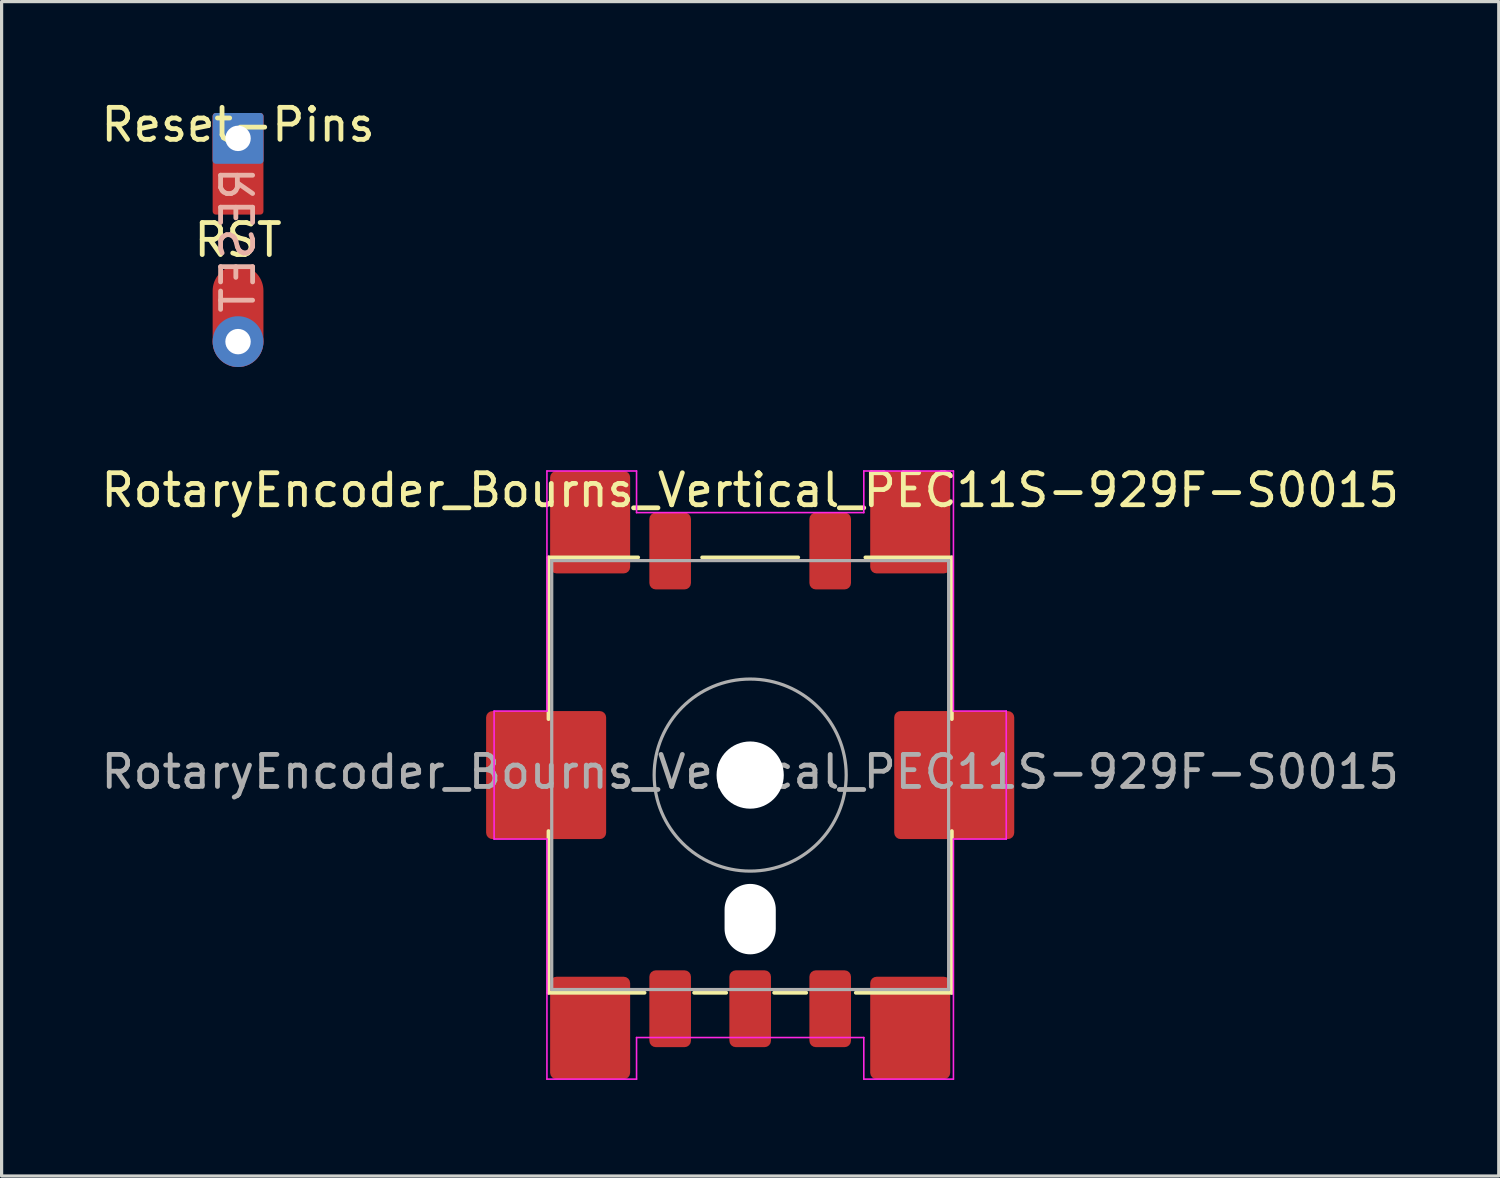
<source format=kicad_pcb>
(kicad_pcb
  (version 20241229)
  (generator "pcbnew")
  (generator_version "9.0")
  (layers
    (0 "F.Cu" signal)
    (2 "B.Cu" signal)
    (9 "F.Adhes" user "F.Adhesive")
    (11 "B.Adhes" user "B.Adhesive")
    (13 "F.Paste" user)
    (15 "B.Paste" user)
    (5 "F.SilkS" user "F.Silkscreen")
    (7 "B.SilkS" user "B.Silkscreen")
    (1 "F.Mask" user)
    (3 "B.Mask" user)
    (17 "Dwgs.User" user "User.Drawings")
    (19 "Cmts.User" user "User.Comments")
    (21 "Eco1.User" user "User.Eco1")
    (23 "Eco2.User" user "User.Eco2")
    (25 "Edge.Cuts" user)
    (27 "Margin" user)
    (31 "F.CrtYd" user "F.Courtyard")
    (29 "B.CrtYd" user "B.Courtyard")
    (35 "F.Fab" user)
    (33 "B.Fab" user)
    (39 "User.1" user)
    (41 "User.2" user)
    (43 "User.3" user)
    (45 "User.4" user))
  (footprint "Reset-Pins"
    (layer "F.Cu")
    (at 4.387 4.448)
    (property "Reference" "Reset-Pins" (at 0 -3.6 0) (layer "F.SilkS") (effects (font (size 1 1) (thickness 0.15))))
    (attr through_hole)
    (fp_text user "RST" (at 0 0 0) (layer "F.SilkS") (effects (font (size 1 1) (thickness 0.15))))
    (fp_text user "RESET" (at 0 0 90) (layer "B.SilkS") (effects (font (size 1 1) (thickness 0.15)) (justify mirror)))
    (pad "1" thru_hole roundrect (at 0 -3.175) (size 1.587 1.587) (drill 0.794) (layers "*.Cu" "*.Mask") (roundrect_rratio 0.063))
    (pad "1" smd roundrect (at 0 -2.381) (size 1.587 3.175) (layers "F.Cu" "F.Mask") (roundrect_rratio 0.063))
    (pad "2" smd oval (at 0 2.381) (size 1.587 3.175) (layers "F.Cu" "F.Mask"))
    (pad "2" thru_hole circle (at 0 3.175) (size 1.587 1.587) (drill 0.794) (layers "*.Cu" "*.Mask")))
  (footprint "RotaryEncoder_Bourns_Vertical_PEC11S-929F-S0015"
    (layer "F.Cu")
    (at 20.387 21.165)
    (property "Reference" "RotaryEncoder_Bourns_Vertical_PEC11S-929F-S0015" (at 0 -8.9 180) (layer "F.SilkS") (effects (font (size 1 1) (thickness 0.15))))
    (attr through_hole)
    (fp_line (start -6.3 -6.8) (end -3.5 -6.8) (stroke (width 0.12) (type solid)) (layer "F.SilkS"))
    (fp_line (start -6.3 -1.75) (end -6.3 -6.8) (stroke (width 0.12) (type solid)) (layer "F.SilkS"))
    (fp_line (start -6.3 6.8) (end -6.3 1.75) (stroke (width 0.12) (type solid)) (layer "F.SilkS"))
    (fp_line (start -3.3 6.8) (end -6.3 6.8) (stroke (width 0.12) (type solid)) (layer "F.SilkS"))
    (fp_line (start -1.75 6.8) (end -0.75 6.8) (stroke (width 0.12) (type solid)) (layer "F.SilkS"))
    (fp_line (start -1.5 -6.8) (end 1.5 -6.8) (stroke (width 0.12) (type solid)) (layer "F.SilkS"))
    (fp_line (start 0.75 6.8) (end 1.75 6.8) (stroke (width 0.12) (type solid)) (layer "F.SilkS"))
    (fp_line (start 3.3 6.8) (end 6.3 6.8) (stroke (width 0.12) (type solid)) (layer "F.SilkS"))
    (fp_line (start 3.6 -6.8) (end 6.3 -6.8) (stroke (width 0.12) (type solid)) (layer "F.SilkS"))
    (fp_line (start 6.3 -6.8) (end 6.3 -1.75) (stroke (width 0.12) (type solid)) (layer "F.SilkS"))
    (fp_line (start 6.3 1.75) (end 6.3 6.8) (stroke (width 0.12) (type solid)) (layer "F.SilkS"))
    (fp_line (start -8 2) (end -8 -2) (stroke (width 0.05) (type solid)) (layer "F.CrtYd"))
    (fp_line (start -6.35 -2) (end -8 -2) (stroke (width 0.05) (type solid)) (layer "F.CrtYd"))
    (fp_line (start -6.35 -2) (end -6.35 -9.5) (stroke (width 0.05) (type solid)) (layer "F.CrtYd"))
    (fp_line (start -6.35 2) (end -8 2) (stroke (width 0.05) (type solid)) (layer "F.CrtYd"))
    (fp_line (start -6.35 9.5) (end -6.35 2) (stroke (width 0.05) (type solid)) (layer "F.CrtYd"))
    (fp_line (start -3.55 -9.5) (end -6.35 -9.5) (stroke (width 0.05) (type solid)) (layer "F.CrtYd"))
    (fp_line (start -3.55 -8.2) (end -3.55 -9.5) (stroke (width 0.05) (type solid)) (layer "F.CrtYd"))
    (fp_line (start -3.55 -8.2) (end 3.55 -8.2) (stroke (width 0.05) (type solid)) (layer "F.CrtYd"))
    (fp_line (start -3.55 9.5) (end -6.35 9.5) (stroke (width 0.05) (type solid)) (layer "F.CrtYd"))
    (fp_line (start -3.55 9.5) (end -3.55 8.2) (stroke (width 0.05) (type solid)) (layer "F.CrtYd"))
    (fp_line (start 3.55 -9.5) (end 3.55 -8.2) (stroke (width 0.05) (type solid)) (layer "F.CrtYd"))
    (fp_line (start 3.55 -9.5) (end 6.35 -9.5) (stroke (width 0.05) (type solid)) (layer "F.CrtYd"))
    (fp_line (start 3.55 8.2) (end -3.55 8.2) (stroke (width 0.05) (type solid)) (layer "F.CrtYd"))
    (fp_line (start 3.55 8.2) (end 3.55 9.5) (stroke (width 0.05) (type solid)) (layer "F.CrtYd"))
    (fp_line (start 3.55 9.5) (end 6.35 9.5) (stroke (width 0.05) (type solid)) (layer "F.CrtYd"))
    (fp_line (start 6.35 -9.5) (end 6.35 -2) (stroke (width 0.05) (type solid)) (layer "F.CrtYd"))
    (fp_line (start 6.35 -2) (end 8 -2) (stroke (width 0.05) (type solid)) (layer "F.CrtYd"))
    (fp_line (start 6.35 2) (end 6.35 9.5) (stroke (width 0.05) (type solid)) (layer "F.CrtYd"))
    (fp_line (start 6.35 2) (end 8 2) (stroke (width 0.05) (type solid)) (layer "F.CrtYd"))
    (fp_line (start 8 -2) (end 8 2) (stroke (width 0.05) (type solid)) (layer "F.CrtYd"))
    (fp_line (start -6.2 -6.7) (end -6.2 6.7) (stroke (width 0.1) (type solid)) (layer "F.Fab"))
    (fp_line (start -6.2 6.7) (end 6.2 6.7) (stroke (width 0.1) (type solid)) (layer "F.Fab"))
    (fp_line (start 6.2 -6.7) (end -6.2 -6.7) (stroke (width 0.1) (type solid)) (layer "F.Fab"))
    (fp_line (start 6.2 6.7) (end 6.2 -6.7) (stroke (width 0.1) (type solid)) (layer "F.Fab"))
    (fp_circle (center 0 0) (end 0 -3) (stroke (width 0.1) (type solid)) (fill no) (layer "F.Fab"))
    (fp_text user "${REFERENCE}" (at 0 -0.1 180) (layer "F.Fab") (effects (font (size 1 1) (thickness 0.15))))
    (pad "" np_thru_hole circle (at 0 0) (size 2.1 2.1) (drill 2.1) (layers "*.Cu" "*.Mask"))
    (pad "" np_thru_hole oval (at 0 4.5) (size 1.6 2.2) (drill oval 1.6 2.2) (layers "*.Cu" "*.Mask"))
    (pad "A" smd roundrect (at -2.5 7.3) (size 1.3 2.4) (layers "F.Cu" "F.Mask" "F.Paste") (roundrect_rratio 0.154))
    (pad "B" smd roundrect (at 2.5 7.3) (size 1.3 2.4) (layers "F.Cu" "F.Mask" "F.Paste") (roundrect_rratio 0.154))
    (pad "C" smd roundrect (at 0 7.3) (size 1.3 2.4) (layers "F.Cu" "F.Mask" "F.Paste") (roundrect_rratio 0.154))
    (pad "MP" smd roundrect (at -6.375 0) (size 3.75 4) (layers "F.Cu" "F.Mask" "F.Paste") (roundrect_rratio 0.053))
    (pad "MP" smd roundrect (at -5 -7.9) (size 2.5 3.2) (layers "F.Cu" "F.Mask" "F.Paste") (roundrect_rratio 0.08))
    (pad "MP" smd roundrect (at -5 7.9) (size 2.5 3.2) (layers "F.Cu" "F.Mask" "F.Paste") (roundrect_rratio 0.08))
    (pad "MP" smd roundrect (at 5 -7.9) (size 2.5 3.2) (layers "F.Cu" "F.Mask" "F.Paste") (roundrect_rratio 0.08))
    (pad "MP" smd roundrect (at 5 7.9) (size 2.5 3.2) (layers "F.Cu" "F.Mask" "F.Paste") (roundrect_rratio 0.08))
    (pad "MP" smd roundrect (at 6.375 0) (size 3.75 4) (layers "F.Cu" "F.Mask" "F.Paste") (roundrect_rratio 0.053))
    (pad "S1" smd roundrect (at -2.5 -7) (size 1.3 2.4) (layers "F.Cu" "F.Mask" "F.Paste") (roundrect_rratio 0.154))
    (pad "S2" smd roundrect (at 2.5 -7) (size 1.3 2.4) (layers "F.Cu" "F.Mask" "F.Paste") (roundrect_rratio 0.154)))
  (gr_rect
    (start -3 -3)
    (end 43.774 33.69)
    (stroke (width 0.1) (type default))
    (fill no)
    (layer "Edge.Cuts")))
</source>
